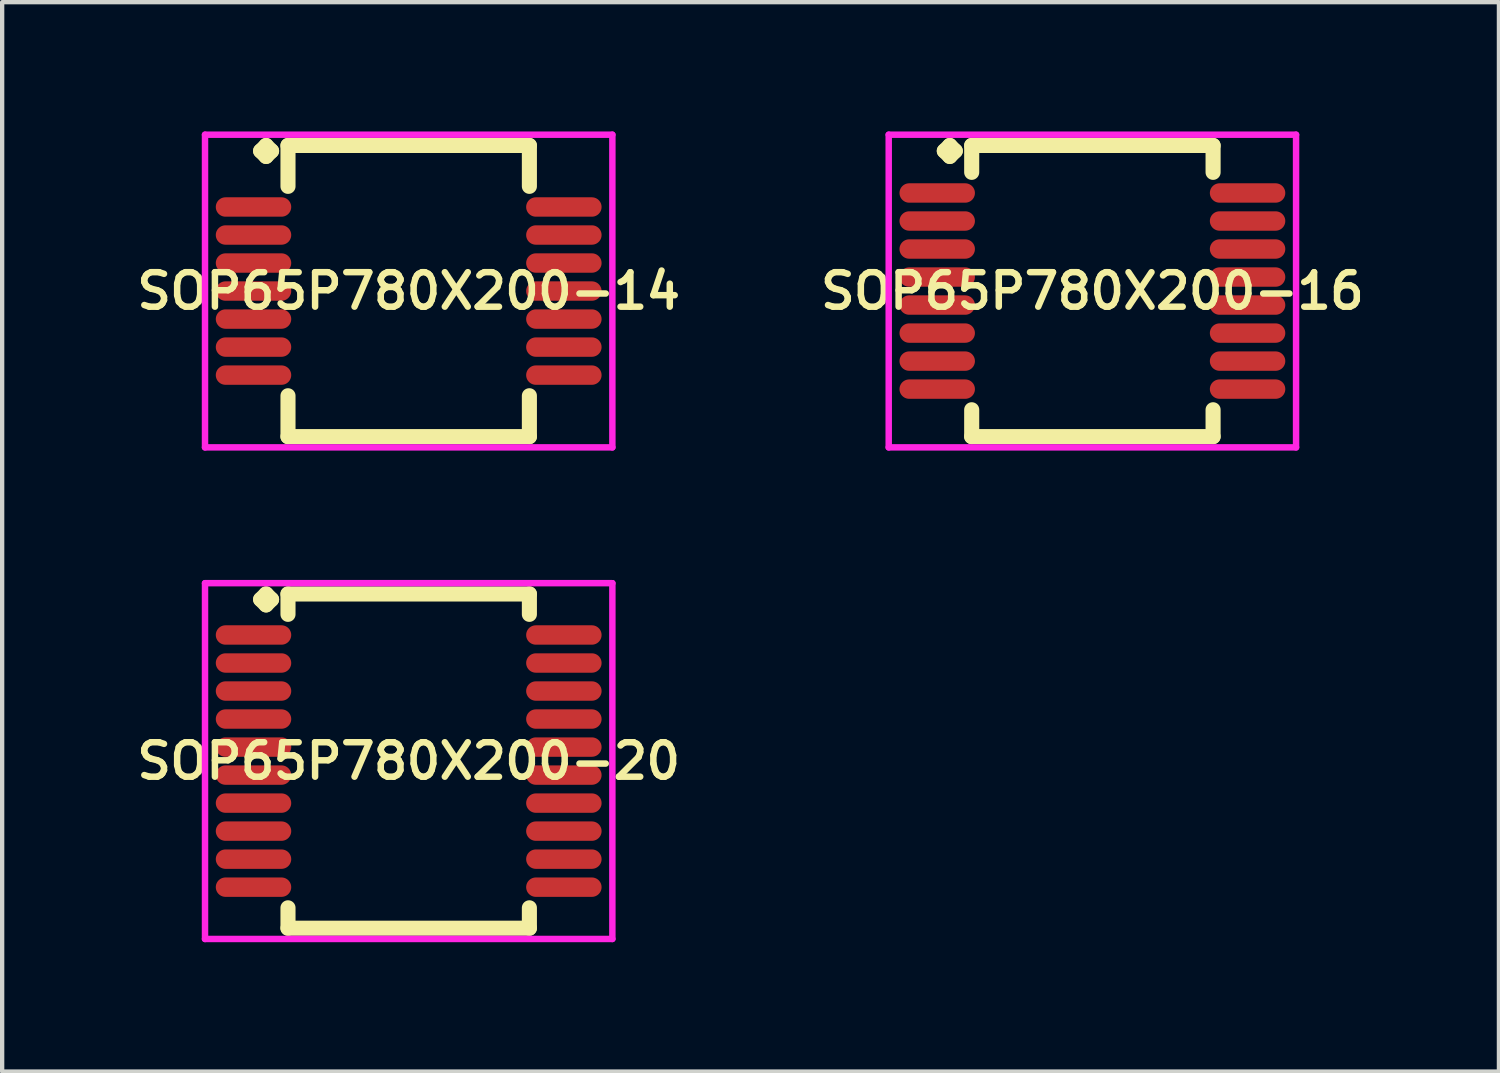
<source format=kicad_pcb>
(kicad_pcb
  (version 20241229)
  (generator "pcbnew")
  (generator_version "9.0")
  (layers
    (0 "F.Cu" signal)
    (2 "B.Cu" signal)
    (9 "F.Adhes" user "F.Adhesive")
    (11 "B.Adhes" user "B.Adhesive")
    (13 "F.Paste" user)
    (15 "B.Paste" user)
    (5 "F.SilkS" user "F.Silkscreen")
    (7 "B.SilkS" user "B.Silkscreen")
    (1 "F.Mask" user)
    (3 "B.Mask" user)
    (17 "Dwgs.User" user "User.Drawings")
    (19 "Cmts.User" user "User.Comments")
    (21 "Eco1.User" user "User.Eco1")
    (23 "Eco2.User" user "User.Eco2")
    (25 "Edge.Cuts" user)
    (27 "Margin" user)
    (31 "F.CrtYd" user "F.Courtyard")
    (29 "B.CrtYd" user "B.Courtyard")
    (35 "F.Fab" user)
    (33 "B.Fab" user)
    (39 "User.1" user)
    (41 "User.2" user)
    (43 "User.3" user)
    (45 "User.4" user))
  (footprint "SOP65P780X200-20"
    (layer "F.Cu")
    (at 6.431 14.606)
    (property "Reference" "SOP65P780X200-20" (at 0 0 0) (layer "F.SilkS") (effects (font (size 0.8 0.8) (thickness 0.15))))
    (attr smd)
    (fp_line (start -3.435 -3.75) (end -3.308 -3.877) (stroke (width 0.35) (type solid)) (layer "F.SilkS"))
    (fp_line (start -3.308 -3.877) (end -3.181 -3.75) (stroke (width 0.35) (type solid)) (layer "F.SilkS"))
    (fp_line (start -3.308 -3.623) (end -3.435 -3.75) (stroke (width 0.35) (type solid)) (layer "F.SilkS"))
    (fp_line (start -3.181 -3.75) (end -3.308 -3.623) (stroke (width 0.35) (type solid)) (layer "F.SilkS"))
    (fp_line (start -2.8 -3.877) (end 2.8 -3.877) (stroke (width 0.35) (type solid)) (layer "F.SilkS"))
    (fp_line (start -2.8 -3.404) (end -2.8 -3.877) (stroke (width 0.35) (type solid)) (layer "F.SilkS"))
    (fp_line (start -2.8 3.404) (end -2.8 3.877) (stroke (width 0.35) (type solid)) (layer "F.SilkS"))
    (fp_line (start -2.8 3.877) (end 2.8 3.877) (stroke (width 0.35) (type solid)) (layer "F.SilkS"))
    (fp_line (start 2.8 -3.877) (end 2.8 -3.404) (stroke (width 0.35) (type solid)) (layer "F.SilkS"))
    (fp_line (start 2.8 3.877) (end 2.8 3.404) (stroke (width 0.35) (type solid)) (layer "F.SilkS"))
    (fp_line (start -4.725 -4.127) (end 4.725 -4.127) (stroke (width 0.15) (type solid)) (layer "F.CrtYd"))
    (fp_line (start -4.725 4.127) (end -4.725 -4.127) (stroke (width 0.15) (type solid)) (layer "F.CrtYd"))
    (fp_line (start 4.725 -4.127) (end 4.725 4.127) (stroke (width 0.15) (type solid)) (layer "F.CrtYd"))
    (fp_line (start 4.725 4.127) (end -4.725 4.127) (stroke (width 0.15) (type solid)) (layer "F.CrtYd"))
    (pad "1" smd oval (at -3.6 -2.925) (size 1.75 0.45) (layers "F.Cu" "F.Mask" "F.Paste"))
    (pad "2" smd oval (at -3.6 -2.275) (size 1.75 0.45) (layers "F.Cu" "F.Mask" "F.Paste"))
    (pad "3" smd oval (at -3.6 -1.625) (size 1.75 0.45) (layers "F.Cu" "F.Mask" "F.Paste"))
    (pad "4" smd oval (at -3.6 -0.975) (size 1.75 0.45) (layers "F.Cu" "F.Mask" "F.Paste"))
    (pad "5" smd oval (at -3.6 -0.325) (size 1.75 0.45) (layers "F.Cu" "F.Mask" "F.Paste"))
    (pad "6" smd oval (at -3.6 0.325) (size 1.75 0.45) (layers "F.Cu" "F.Mask" "F.Paste"))
    (pad "7" smd oval (at -3.6 0.975) (size 1.75 0.45) (layers "F.Cu" "F.Mask" "F.Paste"))
    (pad "8" smd oval (at -3.6 1.625) (size 1.75 0.45) (layers "F.Cu" "F.Mask" "F.Paste"))
    (pad "9" smd oval (at -3.6 2.275) (size 1.75 0.45) (layers "F.Cu" "F.Mask" "F.Paste"))
    (pad "10" smd oval (at -3.6 2.925) (size 1.75 0.45) (layers "F.Cu" "F.Mask" "F.Paste"))
    (pad "11" smd oval (at 3.6 2.925) (size 1.75 0.45) (layers "F.Cu" "F.Mask" "F.Paste"))
    (pad "12" smd oval (at 3.6 2.275) (size 1.75 0.45) (layers "F.Cu" "F.Mask" "F.Paste"))
    (pad "13" smd oval (at 3.6 1.625) (size 1.75 0.45) (layers "F.Cu" "F.Mask" "F.Paste"))
    (pad "14" smd oval (at 3.6 0.975) (size 1.75 0.45) (layers "F.Cu" "F.Mask" "F.Paste"))
    (pad "15" smd oval (at 3.6 0.325) (size 1.75 0.45) (layers "F.Cu" "F.Mask" "F.Paste"))
    (pad "16" smd oval (at 3.6 -0.325) (size 1.75 0.45) (layers "F.Cu" "F.Mask" "F.Paste"))
    (pad "17" smd oval (at 3.6 -0.975) (size 1.75 0.45) (layers "F.Cu" "F.Mask" "F.Paste"))
    (pad "18" smd oval (at 3.6 -1.625) (size 1.75 0.45) (layers "F.Cu" "F.Mask" "F.Paste"))
    (pad "19" smd oval (at 3.6 -2.275) (size 1.75 0.45) (layers "F.Cu" "F.Mask" "F.Paste"))
    (pad "20" smd oval (at 3.6 -2.925) (size 1.75 0.45) (layers "F.Cu" "F.Mask" "F.Paste")))
  (footprint "SOP65P780X200-16"
    (layer "F.Cu")
    (at 22.292 3.702)
    (property "Reference" "SOP65P780X200-16" (at 0 0 0) (layer "F.SilkS") (effects (font (size 0.8 0.8) (thickness 0.15))))
    (attr smd)
    (fp_line (start -3.435 -3.25) (end -3.308 -3.377) (stroke (width 0.35) (type solid)) (layer "F.SilkS"))
    (fp_line (start -3.308 -3.377) (end -3.181 -3.25) (stroke (width 0.35) (type solid)) (layer "F.SilkS"))
    (fp_line (start -3.308 -3.123) (end -3.435 -3.25) (stroke (width 0.35) (type solid)) (layer "F.SilkS"))
    (fp_line (start -3.181 -3.25) (end -3.308 -3.123) (stroke (width 0.35) (type solid)) (layer "F.SilkS"))
    (fp_line (start -2.8 -3.377) (end 2.8 -3.377) (stroke (width 0.35) (type solid)) (layer "F.SilkS"))
    (fp_line (start -2.8 -2.754) (end -2.8 -3.377) (stroke (width 0.35) (type solid)) (layer "F.SilkS"))
    (fp_line (start -2.8 2.754) (end -2.8 3.377) (stroke (width 0.35) (type solid)) (layer "F.SilkS"))
    (fp_line (start -2.8 3.377) (end 2.8 3.377) (stroke (width 0.35) (type solid)) (layer "F.SilkS"))
    (fp_line (start 2.8 -3.377) (end 2.8 -2.754) (stroke (width 0.35) (type solid)) (layer "F.SilkS"))
    (fp_line (start 2.8 3.377) (end 2.8 2.754) (stroke (width 0.35) (type solid)) (layer "F.SilkS"))
    (fp_line (start -4.725 -3.627) (end 4.725 -3.627) (stroke (width 0.15) (type solid)) (layer "F.CrtYd"))
    (fp_line (start -4.725 3.627) (end -4.725 -3.627) (stroke (width 0.15) (type solid)) (layer "F.CrtYd"))
    (fp_line (start 4.725 -3.627) (end 4.725 3.627) (stroke (width 0.15) (type solid)) (layer "F.CrtYd"))
    (fp_line (start 4.725 3.627) (end -4.725 3.627) (stroke (width 0.15) (type solid)) (layer "F.CrtYd"))
    (pad "1" smd oval (at -3.6 -2.275) (size 1.75 0.45) (layers "F.Cu" "F.Mask" "F.Paste"))
    (pad "2" smd oval (at -3.6 -1.625) (size 1.75 0.45) (layers "F.Cu" "F.Mask" "F.Paste"))
    (pad "3" smd oval (at -3.6 -0.975) (size 1.75 0.45) (layers "F.Cu" "F.Mask" "F.Paste"))
    (pad "4" smd oval (at -3.6 -0.325) (size 1.75 0.45) (layers "F.Cu" "F.Mask" "F.Paste"))
    (pad "5" smd oval (at -3.6 0.325) (size 1.75 0.45) (layers "F.Cu" "F.Mask" "F.Paste"))
    (pad "6" smd oval (at -3.6 0.975) (size 1.75 0.45) (layers "F.Cu" "F.Mask" "F.Paste"))
    (pad "7" smd oval (at -3.6 1.625) (size 1.75 0.45) (layers "F.Cu" "F.Mask" "F.Paste"))
    (pad "8" smd oval (at -3.6 2.275) (size 1.75 0.45) (layers "F.Cu" "F.Mask" "F.Paste"))
    (pad "9" smd oval (at 3.6 2.275) (size 1.75 0.45) (layers "F.Cu" "F.Mask" "F.Paste"))
    (pad "10" smd oval (at 3.6 1.625) (size 1.75 0.45) (layers "F.Cu" "F.Mask" "F.Paste"))
    (pad "11" smd oval (at 3.6 0.975) (size 1.75 0.45) (layers "F.Cu" "F.Mask" "F.Paste"))
    (pad "12" smd oval (at 3.6 0.325) (size 1.75 0.45) (layers "F.Cu" "F.Mask" "F.Paste"))
    (pad "13" smd oval (at 3.6 -0.325) (size 1.75 0.45) (layers "F.Cu" "F.Mask" "F.Paste"))
    (pad "14" smd oval (at 3.6 -0.975) (size 1.75 0.45) (layers "F.Cu" "F.Mask" "F.Paste"))
    (pad "15" smd oval (at 3.6 -1.625) (size 1.75 0.45) (layers "F.Cu" "F.Mask" "F.Paste"))
    (pad "16" smd oval (at 3.6 -2.275) (size 1.75 0.45) (layers "F.Cu" "F.Mask" "F.Paste")))
  (footprint "SOP65P780X200-14"
    (layer "F.Cu")
    (at 6.431 3.702)
    (property "Reference" "SOP65P780X200-14" (at 0 0 0) (layer "F.SilkS") (effects (font (size 0.8 0.8) (thickness 0.15))))
    (attr smd)
    (fp_line (start -3.435 -3.25) (end -3.308 -3.377) (stroke (width 0.35) (type solid)) (layer "F.SilkS"))
    (fp_line (start -3.308 -3.377) (end -3.181 -3.25) (stroke (width 0.35) (type solid)) (layer "F.SilkS"))
    (fp_line (start -3.308 -3.123) (end -3.435 -3.25) (stroke (width 0.35) (type solid)) (layer "F.SilkS"))
    (fp_line (start -3.181 -3.25) (end -3.308 -3.123) (stroke (width 0.35) (type solid)) (layer "F.SilkS"))
    (fp_line (start -2.8 -3.377) (end 2.8 -3.377) (stroke (width 0.35) (type solid)) (layer "F.SilkS"))
    (fp_line (start -2.8 -2.429) (end -2.8 -3.377) (stroke (width 0.35) (type solid)) (layer "F.SilkS"))
    (fp_line (start -2.8 2.429) (end -2.8 3.377) (stroke (width 0.35) (type solid)) (layer "F.SilkS"))
    (fp_line (start -2.8 3.377) (end 2.8 3.377) (stroke (width 0.35) (type solid)) (layer "F.SilkS"))
    (fp_line (start 2.8 -3.377) (end 2.8 -2.429) (stroke (width 0.35) (type solid)) (layer "F.SilkS"))
    (fp_line (start 2.8 3.377) (end 2.8 2.429) (stroke (width 0.35) (type solid)) (layer "F.SilkS"))
    (fp_line (start -4.725 -3.627) (end 4.725 -3.627) (stroke (width 0.15) (type solid)) (layer "F.CrtYd"))
    (fp_line (start -4.725 3.627) (end -4.725 -3.627) (stroke (width 0.15) (type solid)) (layer "F.CrtYd"))
    (fp_line (start 4.725 -3.627) (end 4.725 3.627) (stroke (width 0.15) (type solid)) (layer "F.CrtYd"))
    (fp_line (start 4.725 3.627) (end -4.725 3.627) (stroke (width 0.15) (type solid)) (layer "F.CrtYd"))
    (pad "1" smd oval (at -3.6 -1.95) (size 1.75 0.45) (layers "F.Cu" "F.Mask" "F.Paste"))
    (pad "2" smd oval (at -3.6 -1.3) (size 1.75 0.45) (layers "F.Cu" "F.Mask" "F.Paste"))
    (pad "3" smd oval (at -3.6 -0.65) (size 1.75 0.45) (layers "F.Cu" "F.Mask" "F.Paste"))
    (pad "4" smd oval (at -3.6 0) (size 1.75 0.45) (layers "F.Cu" "F.Mask" "F.Paste"))
    (pad "5" smd oval (at -3.6 0.65) (size 1.75 0.45) (layers "F.Cu" "F.Mask" "F.Paste"))
    (pad "6" smd oval (at -3.6 1.3) (size 1.75 0.45) (layers "F.Cu" "F.Mask" "F.Paste"))
    (pad "7" smd oval (at -3.6 1.95) (size 1.75 0.45) (layers "F.Cu" "F.Mask" "F.Paste"))
    (pad "8" smd oval (at 3.6 1.95) (size 1.75 0.45) (layers "F.Cu" "F.Mask" "F.Paste"))
    (pad "9" smd oval (at 3.6 1.3) (size 1.75 0.45) (layers "F.Cu" "F.Mask" "F.Paste"))
    (pad "10" smd oval (at 3.6 0.65) (size 1.75 0.45) (layers "F.Cu" "F.Mask" "F.Paste"))
    (pad "11" smd oval (at 3.6 0) (size 1.75 0.45) (layers "F.Cu" "F.Mask" "F.Paste"))
    (pad "12" smd oval (at 3.6 -0.65) (size 1.75 0.45) (layers "F.Cu" "F.Mask" "F.Paste"))
    (pad "13" smd oval (at 3.6 -1.3) (size 1.75 0.45) (layers "F.Cu" "F.Mask" "F.Paste"))
    (pad "14" smd oval (at 3.6 -1.95) (size 1.75 0.45) (layers "F.Cu" "F.Mask" "F.Paste")))
  (gr_rect
    (start -3 -3)
    (end 31.723 21.808)
    (stroke (width 0.1) (type default))
    (fill no)
    (layer "Edge.Cuts")))
</source>
